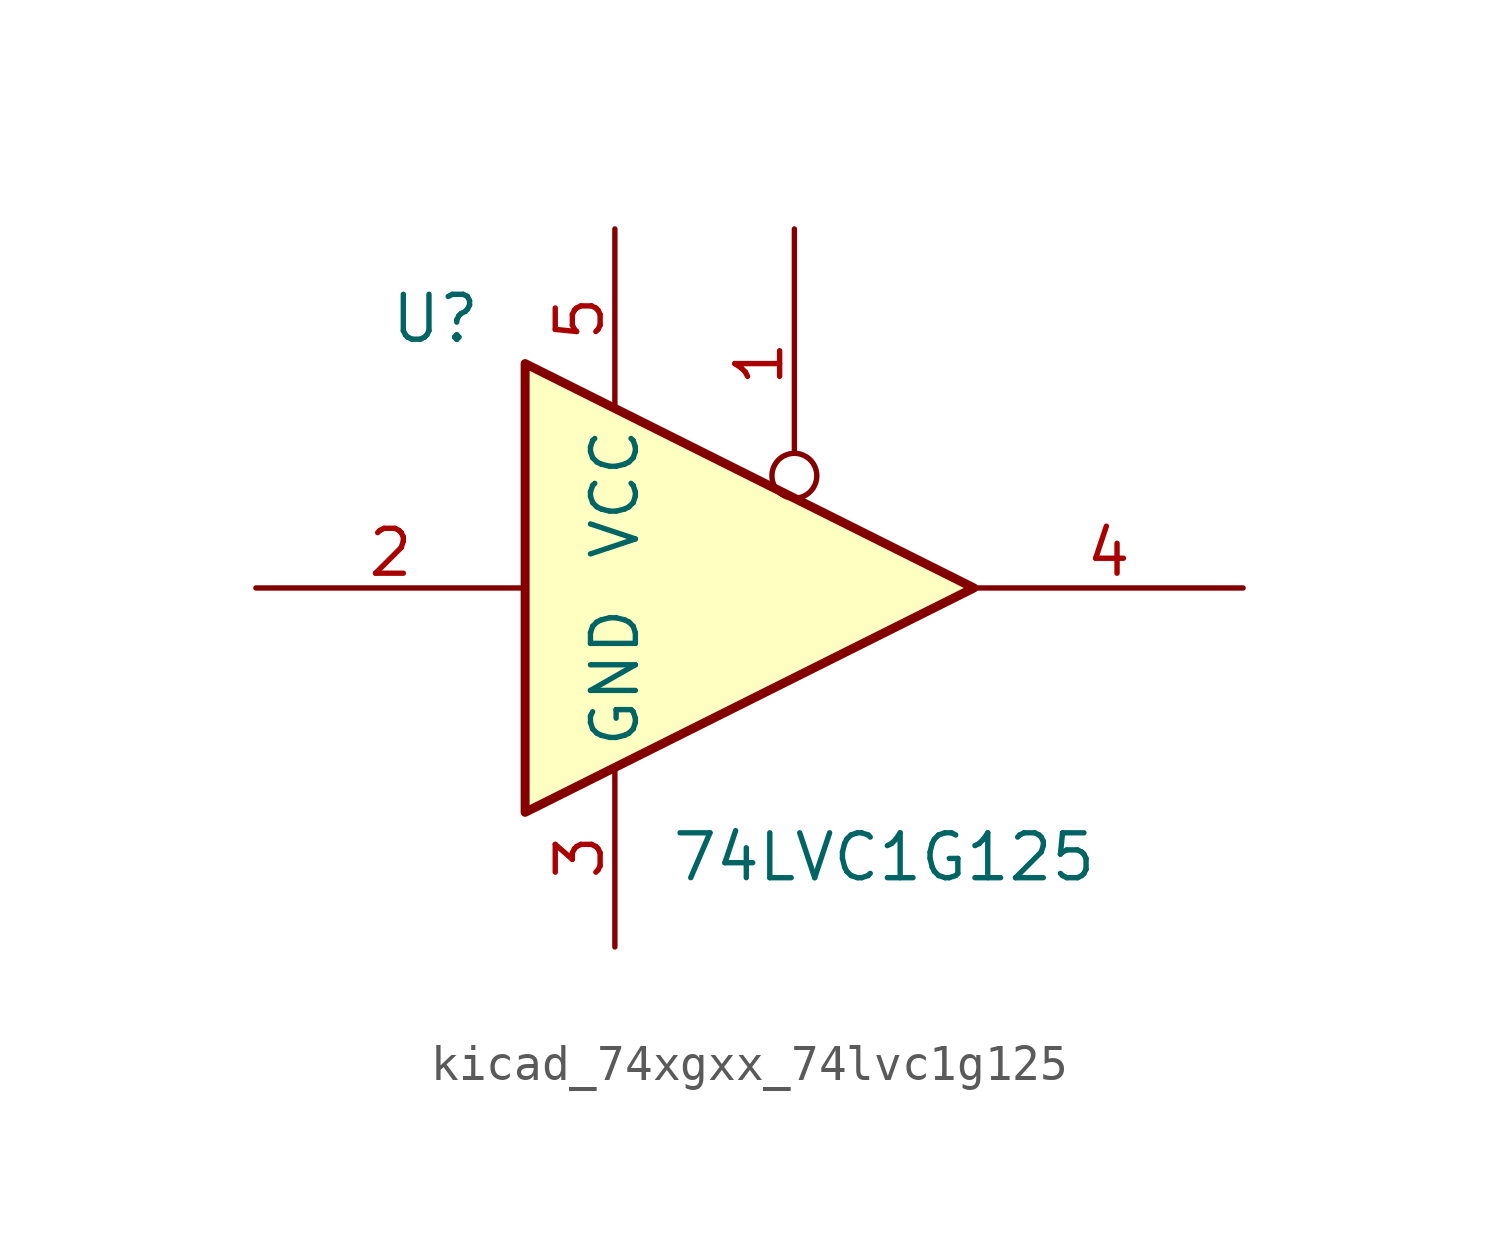
<source format=kicad_sym>
(kicad_symbol_lib
  (version 20220914)
  (generator kicad_symbol_editor)
  (symbol "kicad_74xgxx_74lvc1g125"
    (property "Reference" "U"
      (at -10.16 7.62 0)
      (effects (font (size 1.27 1.27))))
    (property "Value" "74LVC1G125"
      (at 2.54 -7.62 0)
      (effects (font (size 1.27 1.27))))
    (symbol "kicad_74xgxx_74lvc1g125_0_1"
      (polyline (pts (xy -7.62 6.35) (xy -7.62 -6.35) (xy 5.08 0) (xy -7.62 6.35)) (stroke (width 0.254) (type default)) (fill (type background))))
    (symbol "kicad_74xgxx_74lvc1g125_1_1"
      (pin input inverted (at 0 10.16 270) (length 7.62) (name "~" (effects (font (size 1.27 1.27)))) (number "1" (effects (font (size 1.27 1.27)))))
      (pin input line (at -15.24 0 0) (length 7.62) (name "~" (effects (font (size 1.27 1.27)))) (number "2" (effects (font (size 1.27 1.27)))))
      (pin power_in line (at -5.08 -10.16 90) (length 5.08) (name "GND" (effects (font (size 1.27 1.27)))) (number "3" (effects (font (size 1.27 1.27)))))
      (pin tri_state line (at 12.7 0 180) (length 7.62) (name "~" (effects (font (size 1.27 1.27)))) (number "4" (effects (font (size 1.27 1.27)))))
      (pin power_in line (at -5.08 10.16 270) (length 5.08) (name "VCC" (effects (font (size 1.27 1.27)))) (number "5" (effects (font (size 1.27 1.27))))))))
</source>
